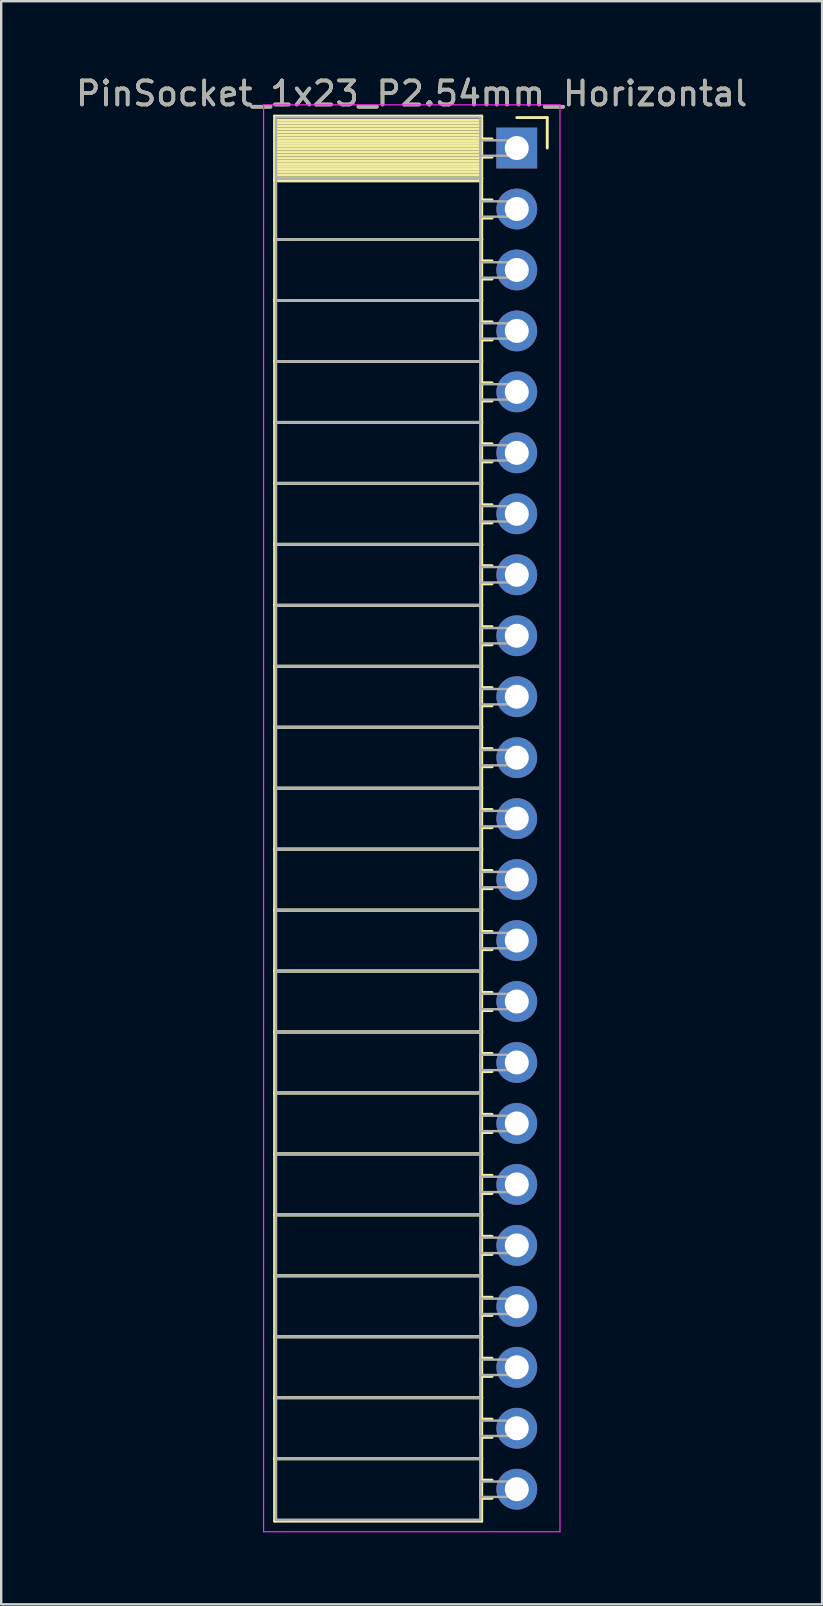
<source format=kicad_pcb>
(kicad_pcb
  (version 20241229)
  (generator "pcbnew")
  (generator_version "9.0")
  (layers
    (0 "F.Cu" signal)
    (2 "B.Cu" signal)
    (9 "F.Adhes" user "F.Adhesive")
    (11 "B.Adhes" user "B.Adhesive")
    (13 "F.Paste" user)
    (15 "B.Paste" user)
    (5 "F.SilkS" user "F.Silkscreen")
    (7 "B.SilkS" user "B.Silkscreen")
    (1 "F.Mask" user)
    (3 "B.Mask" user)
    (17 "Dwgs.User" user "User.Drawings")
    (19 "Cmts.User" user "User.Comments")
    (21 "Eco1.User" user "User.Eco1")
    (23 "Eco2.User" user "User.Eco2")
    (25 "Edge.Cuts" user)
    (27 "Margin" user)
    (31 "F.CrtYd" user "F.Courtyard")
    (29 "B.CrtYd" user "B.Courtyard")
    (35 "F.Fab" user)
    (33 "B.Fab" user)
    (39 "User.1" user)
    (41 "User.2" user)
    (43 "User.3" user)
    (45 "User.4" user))
  (footprint "PinSocket_1x23_P2.54mm_Horizontal"
    (layer "F.Cu")
    (at 18.481 3.118)
    (property "Reference" "PinSocket_1x23_P2.54mm_Horizontal" (at -4.38 -2.27 0) (layer "F.SilkS") (effects (font (size 1 1) (thickness 0.15))))
    (attr through_hole)
    (fp_line (start -10.09 -1.33) (end -1.46 -1.33) (stroke (width 0.12) (type solid)) (layer "F.SilkS"))
    (fp_line (start -10.09 1.27) (end -10.09 -1.33) (stroke (width 0.12) (type solid)) (layer "F.SilkS"))
    (fp_line (start -10.09 1.27) (end -1.46 1.27) (stroke (width 0.12) (type solid)) (layer "F.SilkS"))
    (fp_line (start -10.09 3.81) (end -10.09 1.27) (stroke (width 0.12) (type solid)) (layer "F.SilkS"))
    (fp_line (start -10.09 3.81) (end -1.46 3.81) (stroke (width 0.12) (type solid)) (layer "F.SilkS"))
    (fp_line (start -10.09 6.35) (end -10.09 3.81) (stroke (width 0.12) (type solid)) (layer "F.SilkS"))
    (fp_line (start -10.09 6.35) (end -1.46 6.35) (stroke (width 0.12) (type solid)) (layer "F.SilkS"))
    (fp_line (start -10.09 8.89) (end -10.09 6.35) (stroke (width 0.12) (type solid)) (layer "F.SilkS"))
    (fp_line (start -10.09 8.89) (end -1.46 8.89) (stroke (width 0.12) (type solid)) (layer "F.SilkS"))
    (fp_line (start -10.09 11.43) (end -10.09 8.89) (stroke (width 0.12) (type solid)) (layer "F.SilkS"))
    (fp_line (start -10.09 11.43) (end -1.46 11.43) (stroke (width 0.12) (type solid)) (layer "F.SilkS"))
    (fp_line (start -10.09 13.97) (end -10.09 11.43) (stroke (width 0.12) (type solid)) (layer "F.SilkS"))
    (fp_line (start -10.09 13.97) (end -1.46 13.97) (stroke (width 0.12) (type solid)) (layer "F.SilkS"))
    (fp_line (start -10.09 16.51) (end -10.09 13.97) (stroke (width 0.12) (type solid)) (layer "F.SilkS"))
    (fp_line (start -10.09 16.51) (end -1.46 16.51) (stroke (width 0.12) (type solid)) (layer "F.SilkS"))
    (fp_line (start -10.09 19.05) (end -10.09 16.51) (stroke (width 0.12) (type solid)) (layer "F.SilkS"))
    (fp_line (start -10.09 19.05) (end -1.46 19.05) (stroke (width 0.12) (type solid)) (layer "F.SilkS"))
    (fp_line (start -10.09 21.59) (end -10.09 19.05) (stroke (width 0.12) (type solid)) (layer "F.SilkS"))
    (fp_line (start -10.09 21.59) (end -1.46 21.59) (stroke (width 0.12) (type solid)) (layer "F.SilkS"))
    (fp_line (start -10.09 24.13) (end -10.09 21.59) (stroke (width 0.12) (type solid)) (layer "F.SilkS"))
    (fp_line (start -10.09 24.13) (end -1.46 24.13) (stroke (width 0.12) (type solid)) (layer "F.SilkS"))
    (fp_line (start -10.09 26.67) (end -10.09 24.13) (stroke (width 0.12) (type solid)) (layer "F.SilkS"))
    (fp_line (start -10.09 26.67) (end -1.46 26.67) (stroke (width 0.12) (type solid)) (layer "F.SilkS"))
    (fp_line (start -10.09 29.21) (end -10.09 26.67) (stroke (width 0.12) (type solid)) (layer "F.SilkS"))
    (fp_line (start -10.09 29.21) (end -1.46 29.21) (stroke (width 0.12) (type solid)) (layer "F.SilkS"))
    (fp_line (start -10.09 31.75) (end -10.09 29.21) (stroke (width 0.12) (type solid)) (layer "F.SilkS"))
    (fp_line (start -10.09 31.75) (end -1.46 31.75) (stroke (width 0.12) (type solid)) (layer "F.SilkS"))
    (fp_line (start -10.09 34.29) (end -10.09 31.75) (stroke (width 0.12) (type solid)) (layer "F.SilkS"))
    (fp_line (start -10.09 34.29) (end -1.46 34.29) (stroke (width 0.12) (type solid)) (layer "F.SilkS"))
    (fp_line (start -10.09 36.83) (end -10.09 34.29) (stroke (width 0.12) (type solid)) (layer "F.SilkS"))
    (fp_line (start -10.09 36.83) (end -1.46 36.83) (stroke (width 0.12) (type solid)) (layer "F.SilkS"))
    (fp_line (start -10.09 39.37) (end -10.09 36.83) (stroke (width 0.12) (type solid)) (layer "F.SilkS"))
    (fp_line (start -10.09 39.37) (end -1.46 39.37) (stroke (width 0.12) (type solid)) (layer "F.SilkS"))
    (fp_line (start -10.09 41.91) (end -10.09 39.37) (stroke (width 0.12) (type solid)) (layer "F.SilkS"))
    (fp_line (start -10.09 41.91) (end -1.46 41.91) (stroke (width 0.12) (type solid)) (layer "F.SilkS"))
    (fp_line (start -10.09 44.45) (end -10.09 41.91) (stroke (width 0.12) (type solid)) (layer "F.SilkS"))
    (fp_line (start -10.09 44.45) (end -1.46 44.45) (stroke (width 0.12) (type solid)) (layer "F.SilkS"))
    (fp_line (start -10.09 46.99) (end -10.09 44.45) (stroke (width 0.12) (type solid)) (layer "F.SilkS"))
    (fp_line (start -10.09 46.99) (end -1.46 46.99) (stroke (width 0.12) (type solid)) (layer "F.SilkS"))
    (fp_line (start -10.09 49.53) (end -10.09 46.99) (stroke (width 0.12) (type solid)) (layer "F.SilkS"))
    (fp_line (start -10.09 49.53) (end -1.46 49.53) (stroke (width 0.12) (type solid)) (layer "F.SilkS"))
    (fp_line (start -10.09 52.07) (end -10.09 49.53) (stroke (width 0.12) (type solid)) (layer "F.SilkS"))
    (fp_line (start -10.09 52.07) (end -1.46 52.07) (stroke (width 0.12) (type solid)) (layer "F.SilkS"))
    (fp_line (start -10.09 54.61) (end -10.09 52.07) (stroke (width 0.12) (type solid)) (layer "F.SilkS"))
    (fp_line (start -10.09 54.61) (end -1.46 54.61) (stroke (width 0.12) (type solid)) (layer "F.SilkS"))
    (fp_line (start -10.09 57.21) (end -10.09 54.61) (stroke (width 0.12) (type solid)) (layer "F.SilkS"))
    (fp_line (start -1.46 -1.33) (end -1.46 1.27) (stroke (width 0.12) (type solid)) (layer "F.SilkS"))
    (fp_line (start -1.46 -1.15) (end -10.09 -1.15) (stroke (width 0.12) (type solid)) (layer "F.SilkS"))
    (fp_line (start -1.46 -1.03) (end -10.09 -1.03) (stroke (width 0.12) (type solid)) (layer "F.SilkS"))
    (fp_line (start -1.46 -0.91) (end -10.09 -0.91) (stroke (width 0.12) (type solid)) (layer "F.SilkS"))
    (fp_line (start -1.46 -0.79) (end -10.09 -0.79) (stroke (width 0.12) (type solid)) (layer "F.SilkS"))
    (fp_line (start -1.46 -0.67) (end -10.09 -0.67) (stroke (width 0.12) (type solid)) (layer "F.SilkS"))
    (fp_line (start -1.46 -0.55) (end -10.09 -0.55) (stroke (width 0.12) (type solid)) (layer "F.SilkS"))
    (fp_line (start -1.46 -0.43) (end -10.09 -0.43) (stroke (width 0.12) (type solid)) (layer "F.SilkS"))
    (fp_line (start -1.46 -0.31) (end -10.09 -0.31) (stroke (width 0.12) (type solid)) (layer "F.SilkS"))
    (fp_line (start -1.46 -0.19) (end -10.09 -0.19) (stroke (width 0.12) (type solid)) (layer "F.SilkS"))
    (fp_line (start -1.46 -0.07) (end -10.09 -0.07) (stroke (width 0.12) (type solid)) (layer "F.SilkS"))
    (fp_line (start -1.46 0.05) (end -10.09 0.05) (stroke (width 0.12) (type solid)) (layer "F.SilkS"))
    (fp_line (start -1.46 0.17) (end -10.09 0.17) (stroke (width 0.12) (type solid)) (layer "F.SilkS"))
    (fp_line (start -1.46 0.29) (end -10.09 0.29) (stroke (width 0.12) (type solid)) (layer "F.SilkS"))
    (fp_line (start -1.46 0.41) (end -10.09 0.41) (stroke (width 0.12) (type solid)) (layer "F.SilkS"))
    (fp_line (start -1.46 0.53) (end -10.09 0.53) (stroke (width 0.12) (type solid)) (layer "F.SilkS"))
    (fp_line (start -1.46 0.65) (end -10.09 0.65) (stroke (width 0.12) (type solid)) (layer "F.SilkS"))
    (fp_line (start -1.46 0.77) (end -10.09 0.77) (stroke (width 0.12) (type solid)) (layer "F.SilkS"))
    (fp_line (start -1.46 0.89) (end -10.09 0.89) (stroke (width 0.12) (type solid)) (layer "F.SilkS"))
    (fp_line (start -1.46 1.01) (end -10.09 1.01) (stroke (width 0.12) (type solid)) (layer "F.SilkS"))
    (fp_line (start -1.46 1.13) (end -10.09 1.13) (stroke (width 0.12) (type solid)) (layer "F.SilkS"))
    (fp_line (start -1.46 1.25) (end -10.09 1.25) (stroke (width 0.12) (type solid)) (layer "F.SilkS"))
    (fp_line (start -1.46 1.27) (end -10.09 1.27) (stroke (width 0.12) (type solid)) (layer "F.SilkS"))
    (fp_line (start -1.46 1.27) (end -1.46 3.81) (stroke (width 0.12) (type solid)) (layer "F.SilkS"))
    (fp_line (start -1.46 1.37) (end -10.09 1.37) (stroke (width 0.12) (type solid)) (layer "F.SilkS"))
    (fp_line (start -1.46 3.81) (end -10.09 3.81) (stroke (width 0.12) (type solid)) (layer "F.SilkS"))
    (fp_line (start -1.46 3.81) (end -1.46 6.35) (stroke (width 0.12) (type solid)) (layer "F.SilkS"))
    (fp_line (start -1.46 6.35) (end -10.09 6.35) (stroke (width 0.12) (type solid)) (layer "F.SilkS"))
    (fp_line (start -1.46 6.35) (end -1.46 8.89) (stroke (width 0.12) (type solid)) (layer "F.SilkS"))
    (fp_line (start -1.46 8.89) (end -10.09 8.89) (stroke (width 0.12) (type solid)) (layer "F.SilkS"))
    (fp_line (start -1.46 8.89) (end -1.46 11.43) (stroke (width 0.12) (type solid)) (layer "F.SilkS"))
    (fp_line (start -1.46 11.43) (end -10.09 11.43) (stroke (width 0.12) (type solid)) (layer "F.SilkS"))
    (fp_line (start -1.46 11.43) (end -1.46 13.97) (stroke (width 0.12) (type solid)) (layer "F.SilkS"))
    (fp_line (start -1.46 13.97) (end -10.09 13.97) (stroke (width 0.12) (type solid)) (layer "F.SilkS"))
    (fp_line (start -1.46 13.97) (end -1.46 16.51) (stroke (width 0.12) (type solid)) (layer "F.SilkS"))
    (fp_line (start -1.46 16.51) (end -10.09 16.51) (stroke (width 0.12) (type solid)) (layer "F.SilkS"))
    (fp_line (start -1.46 16.51) (end -1.46 19.05) (stroke (width 0.12) (type solid)) (layer "F.SilkS"))
    (fp_line (start -1.46 19.05) (end -10.09 19.05) (stroke (width 0.12) (type solid)) (layer "F.SilkS"))
    (fp_line (start -1.46 19.05) (end -1.46 21.59) (stroke (width 0.12) (type solid)) (layer "F.SilkS"))
    (fp_line (start -1.46 21.59) (end -10.09 21.59) (stroke (width 0.12) (type solid)) (layer "F.SilkS"))
    (fp_line (start -1.46 21.59) (end -1.46 24.13) (stroke (width 0.12) (type solid)) (layer "F.SilkS"))
    (fp_line (start -1.46 24.13) (end -10.09 24.13) (stroke (width 0.12) (type solid)) (layer "F.SilkS"))
    (fp_line (start -1.46 24.13) (end -1.46 26.67) (stroke (width 0.12) (type solid)) (layer "F.SilkS"))
    (fp_line (start -1.46 26.67) (end -10.09 26.67) (stroke (width 0.12) (type solid)) (layer "F.SilkS"))
    (fp_line (start -1.46 26.67) (end -1.46 29.21) (stroke (width 0.12) (type solid)) (layer "F.SilkS"))
    (fp_line (start -1.46 29.21) (end -10.09 29.21) (stroke (width 0.12) (type solid)) (layer "F.SilkS"))
    (fp_line (start -1.46 29.21) (end -1.46 31.75) (stroke (width 0.12) (type solid)) (layer "F.SilkS"))
    (fp_line (start -1.46 31.75) (end -10.09 31.75) (stroke (width 0.12) (type solid)) (layer "F.SilkS"))
    (fp_line (start -1.46 31.75) (end -1.46 34.29) (stroke (width 0.12) (type solid)) (layer "F.SilkS"))
    (fp_line (start -1.46 34.29) (end -10.09 34.29) (stroke (width 0.12) (type solid)) (layer "F.SilkS"))
    (fp_line (start -1.46 34.29) (end -1.46 36.83) (stroke (width 0.12) (type solid)) (layer "F.SilkS"))
    (fp_line (start -1.46 36.83) (end -10.09 36.83) (stroke (width 0.12) (type solid)) (layer "F.SilkS"))
    (fp_line (start -1.46 36.83) (end -1.46 39.37) (stroke (width 0.12) (type solid)) (layer "F.SilkS"))
    (fp_line (start -1.46 39.37) (end -10.09 39.37) (stroke (width 0.12) (type solid)) (layer "F.SilkS"))
    (fp_line (start -1.46 39.37) (end -1.46 41.91) (stroke (width 0.12) (type solid)) (layer "F.SilkS"))
    (fp_line (start -1.46 41.91) (end -10.09 41.91) (stroke (width 0.12) (type solid)) (layer "F.SilkS"))
    (fp_line (start -1.46 41.91) (end -1.46 44.45) (stroke (width 0.12) (type solid)) (layer "F.SilkS"))
    (fp_line (start -1.46 44.45) (end -10.09 44.45) (stroke (width 0.12) (type solid)) (layer "F.SilkS"))
    (fp_line (start -1.46 44.45) (end -1.46 46.99) (stroke (width 0.12) (type solid)) (layer "F.SilkS"))
    (fp_line (start -1.46 46.99) (end -10.09 46.99) (stroke (width 0.12) (type solid)) (layer "F.SilkS"))
    (fp_line (start -1.46 46.99) (end -1.46 49.53) (stroke (width 0.12) (type solid)) (layer "F.SilkS"))
    (fp_line (start -1.46 49.53) (end -10.09 49.53) (stroke (width 0.12) (type solid)) (layer "F.SilkS"))
    (fp_line (start -1.46 49.53) (end -1.46 52.07) (stroke (width 0.12) (type solid)) (layer "F.SilkS"))
    (fp_line (start -1.46 52.07) (end -10.09 52.07) (stroke (width 0.12) (type solid)) (layer "F.SilkS"))
    (fp_line (start -1.46 52.07) (end -1.46 54.61) (stroke (width 0.12) (type solid)) (layer "F.SilkS"))
    (fp_line (start -1.46 54.61) (end -10.09 54.61) (stroke (width 0.12) (type solid)) (layer "F.SilkS"))
    (fp_line (start -1.46 54.61) (end -1.46 57.21) (stroke (width 0.12) (type solid)) (layer "F.SilkS"))
    (fp_line (start -1.46 57.21) (end -10.09 57.21) (stroke (width 0.12) (type solid)) (layer "F.SilkS"))
    (fp_line (start -1.03 -0.38) (end -1.46 -0.38) (stroke (width 0.12) (type solid)) (layer "F.SilkS"))
    (fp_line (start -1.03 0.38) (end -1.46 0.38) (stroke (width 0.12) (type solid)) (layer "F.SilkS"))
    (fp_line (start -1.03 2.16) (end -1.46 2.16) (stroke (width 0.12) (type solid)) (layer "F.SilkS"))
    (fp_line (start -1.03 2.92) (end -1.46 2.92) (stroke (width 0.12) (type solid)) (layer "F.SilkS"))
    (fp_line (start -1.03 4.7) (end -1.46 4.7) (stroke (width 0.12) (type solid)) (layer "F.SilkS"))
    (fp_line (start -1.03 5.46) (end -1.46 5.46) (stroke (width 0.12) (type solid)) (layer "F.SilkS"))
    (fp_line (start -1.03 7.24) (end -1.46 7.24) (stroke (width 0.12) (type solid)) (layer "F.SilkS"))
    (fp_line (start -1.03 8) (end -1.46 8) (stroke (width 0.12) (type solid)) (layer "F.SilkS"))
    (fp_line (start -1.03 9.78) (end -1.46 9.78) (stroke (width 0.12) (type solid)) (layer "F.SilkS"))
    (fp_line (start -1.03 10.54) (end -1.46 10.54) (stroke (width 0.12) (type solid)) (layer "F.SilkS"))
    (fp_line (start -1.03 12.32) (end -1.46 12.32) (stroke (width 0.12) (type solid)) (layer "F.SilkS"))
    (fp_line (start -1.03 13.08) (end -1.46 13.08) (stroke (width 0.12) (type solid)) (layer "F.SilkS"))
    (fp_line (start -1.03 14.86) (end -1.46 14.86) (stroke (width 0.12) (type solid)) (layer "F.SilkS"))
    (fp_line (start -1.03 15.62) (end -1.46 15.62) (stroke (width 0.12) (type solid)) (layer "F.SilkS"))
    (fp_line (start -1.03 17.4) (end -1.46 17.4) (stroke (width 0.12) (type solid)) (layer "F.SilkS"))
    (fp_line (start -1.03 18.16) (end -1.46 18.16) (stroke (width 0.12) (type solid)) (layer "F.SilkS"))
    (fp_line (start -1.03 19.94) (end -1.46 19.94) (stroke (width 0.12) (type solid)) (layer "F.SilkS"))
    (fp_line (start -1.03 20.7) (end -1.46 20.7) (stroke (width 0.12) (type solid)) (layer "F.SilkS"))
    (fp_line (start -1.03 22.48) (end -1.46 22.48) (stroke (width 0.12) (type solid)) (layer "F.SilkS"))
    (fp_line (start -1.03 23.24) (end -1.46 23.24) (stroke (width 0.12) (type solid)) (layer "F.SilkS"))
    (fp_line (start -1.03 25.02) (end -1.46 25.02) (stroke (width 0.12) (type solid)) (layer "F.SilkS"))
    (fp_line (start -1.03 25.78) (end -1.46 25.78) (stroke (width 0.12) (type solid)) (layer "F.SilkS"))
    (fp_line (start -1.03 27.56) (end -1.46 27.56) (stroke (width 0.12) (type solid)) (layer "F.SilkS"))
    (fp_line (start -1.03 28.32) (end -1.46 28.32) (stroke (width 0.12) (type solid)) (layer "F.SilkS"))
    (fp_line (start -1.03 30.1) (end -1.46 30.1) (stroke (width 0.12) (type solid)) (layer "F.SilkS"))
    (fp_line (start -1.03 30.86) (end -1.46 30.86) (stroke (width 0.12) (type solid)) (layer "F.SilkS"))
    (fp_line (start -1.03 32.64) (end -1.46 32.64) (stroke (width 0.12) (type solid)) (layer "F.SilkS"))
    (fp_line (start -1.03 33.4) (end -1.46 33.4) (stroke (width 0.12) (type solid)) (layer "F.SilkS"))
    (fp_line (start -1.03 35.18) (end -1.46 35.18) (stroke (width 0.12) (type solid)) (layer "F.SilkS"))
    (fp_line (start -1.03 35.94) (end -1.46 35.94) (stroke (width 0.12) (type solid)) (layer "F.SilkS"))
    (fp_line (start -1.03 37.72) (end -1.46 37.72) (stroke (width 0.12) (type solid)) (layer "F.SilkS"))
    (fp_line (start -1.03 38.48) (end -1.46 38.48) (stroke (width 0.12) (type solid)) (layer "F.SilkS"))
    (fp_line (start -1.03 40.26) (end -1.46 40.26) (stroke (width 0.12) (type solid)) (layer "F.SilkS"))
    (fp_line (start -1.03 41.02) (end -1.46 41.02) (stroke (width 0.12) (type solid)) (layer "F.SilkS"))
    (fp_line (start -1.03 42.8) (end -1.46 42.8) (stroke (width 0.12) (type solid)) (layer "F.SilkS"))
    (fp_line (start -1.03 43.56) (end -1.46 43.56) (stroke (width 0.12) (type solid)) (layer "F.SilkS"))
    (fp_line (start -1.03 45.34) (end -1.46 45.34) (stroke (width 0.12) (type solid)) (layer "F.SilkS"))
    (fp_line (start -1.03 46.1) (end -1.46 46.1) (stroke (width 0.12) (type solid)) (layer "F.SilkS"))
    (fp_line (start -1.03 47.88) (end -1.46 47.88) (stroke (width 0.12) (type solid)) (layer "F.SilkS"))
    (fp_line (start -1.03 48.64) (end -1.46 48.64) (stroke (width 0.12) (type solid)) (layer "F.SilkS"))
    (fp_line (start -1.03 50.42) (end -1.46 50.42) (stroke (width 0.12) (type solid)) (layer "F.SilkS"))
    (fp_line (start -1.03 51.18) (end -1.46 51.18) (stroke (width 0.12) (type solid)) (layer "F.SilkS"))
    (fp_line (start -1.03 52.96) (end -1.46 52.96) (stroke (width 0.12) (type solid)) (layer "F.SilkS"))
    (fp_line (start -1.03 53.72) (end -1.46 53.72) (stroke (width 0.12) (type solid)) (layer "F.SilkS"))
    (fp_line (start -1.03 55.5) (end -1.46 55.5) (stroke (width 0.12) (type solid)) (layer "F.SilkS"))
    (fp_line (start -1.03 56.26) (end -1.46 56.26) (stroke (width 0.12) (type solid)) (layer "F.SilkS"))
    (fp_line (start 0 -1.27) (end 1.27 -1.27) (stroke (width 0.12) (type solid)) (layer "F.SilkS"))
    (fp_line (start 1.27 -1.27) (end 1.27 0) (stroke (width 0.12) (type solid)) (layer "F.SilkS"))
    (fp_line (start -10.55 -1.8) (end 1.8 -1.8) (stroke (width 0.05) (type solid)) (layer "F.CrtYd"))
    (fp_line (start -10.55 57.65) (end -10.55 -1.8) (stroke (width 0.05) (type solid)) (layer "F.CrtYd"))
    (fp_line (start 1.8 -1.8) (end 1.8 57.65) (stroke (width 0.05) (type solid)) (layer "F.CrtYd"))
    (fp_line (start 1.8 57.65) (end -10.55 57.65) (stroke (width 0.05) (type solid)) (layer "F.CrtYd"))
    (fp_line (start -10.03 -1.27) (end -1.52 -1.27) (stroke (width 0.1) (type solid)) (layer "F.Fab"))
    (fp_line (start -10.03 1.27) (end -10.03 -1.27) (stroke (width 0.1) (type solid)) (layer "F.Fab"))
    (fp_line (start -10.03 1.27) (end -1.52 1.27) (stroke (width 0.1) (type solid)) (layer "F.Fab"))
    (fp_line (start -10.03 3.81) (end -10.03 1.27) (stroke (width 0.1) (type solid)) (layer "F.Fab"))
    (fp_line (start -10.03 3.81) (end -1.52 3.81) (stroke (width 0.1) (type solid)) (layer "F.Fab"))
    (fp_line (start -10.03 6.35) (end -10.03 3.81) (stroke (width 0.1) (type solid)) (layer "F.Fab"))
    (fp_line (start -10.03 6.35) (end -1.52 6.35) (stroke (width 0.1) (type solid)) (layer "F.Fab"))
    (fp_line (start -10.03 8.89) (end -10.03 6.35) (stroke (width 0.1) (type solid)) (layer "F.Fab"))
    (fp_line (start -10.03 8.89) (end -1.52 8.89) (stroke (width 0.1) (type solid)) (layer "F.Fab"))
    (fp_line (start -10.03 11.43) (end -10.03 8.89) (stroke (width 0.1) (type solid)) (layer "F.Fab"))
    (fp_line (start -10.03 11.43) (end -1.52 11.43) (stroke (width 0.1) (type solid)) (layer "F.Fab"))
    (fp_line (start -10.03 13.97) (end -10.03 11.43) (stroke (width 0.1) (type solid)) (layer "F.Fab"))
    (fp_line (start -10.03 13.97) (end -1.52 13.97) (stroke (width 0.1) (type solid)) (layer "F.Fab"))
    (fp_line (start -10.03 16.51) (end -10.03 13.97) (stroke (width 0.1) (type solid)) (layer "F.Fab"))
    (fp_line (start -10.03 16.51) (end -1.52 16.51) (stroke (width 0.1) (type solid)) (layer "F.Fab"))
    (fp_line (start -10.03 19.05) (end -10.03 16.51) (stroke (width 0.1) (type solid)) (layer "F.Fab"))
    (fp_line (start -10.03 19.05) (end -1.52 19.05) (stroke (width 0.1) (type solid)) (layer "F.Fab"))
    (fp_line (start -10.03 21.59) (end -10.03 19.05) (stroke (width 0.1) (type solid)) (layer "F.Fab"))
    (fp_line (start -10.03 21.59) (end -1.52 21.59) (stroke (width 0.1) (type solid)) (layer "F.Fab"))
    (fp_line (start -10.03 24.13) (end -10.03 21.59) (stroke (width 0.1) (type solid)) (layer "F.Fab"))
    (fp_line (start -10.03 24.13) (end -1.52 24.13) (stroke (width 0.1) (type solid)) (layer "F.Fab"))
    (fp_line (start -10.03 26.67) (end -10.03 24.13) (stroke (width 0.1) (type solid)) (layer "F.Fab"))
    (fp_line (start -10.03 26.67) (end -1.52 26.67) (stroke (width 0.1) (type solid)) (layer "F.Fab"))
    (fp_line (start -10.03 29.21) (end -10.03 26.67) (stroke (width 0.1) (type solid)) (layer "F.Fab"))
    (fp_line (start -10.03 29.21) (end -1.52 29.21) (stroke (width 0.1) (type solid)) (layer "F.Fab"))
    (fp_line (start -10.03 31.75) (end -10.03 29.21) (stroke (width 0.1) (type solid)) (layer "F.Fab"))
    (fp_line (start -10.03 31.75) (end -1.52 31.75) (stroke (width 0.1) (type solid)) (layer "F.Fab"))
    (fp_line (start -10.03 34.29) (end -10.03 31.75) (stroke (width 0.1) (type solid)) (layer "F.Fab"))
    (fp_line (start -10.03 34.29) (end -1.52 34.29) (stroke (width 0.1) (type solid)) (layer "F.Fab"))
    (fp_line (start -10.03 36.83) (end -10.03 34.29) (stroke (width 0.1) (type solid)) (layer "F.Fab"))
    (fp_line (start -10.03 36.83) (end -1.52 36.83) (stroke (width 0.1) (type solid)) (layer "F.Fab"))
    (fp_line (start -10.03 39.37) (end -10.03 36.83) (stroke (width 0.1) (type solid)) (layer "F.Fab"))
    (fp_line (start -10.03 39.37) (end -1.52 39.37) (stroke (width 0.1) (type solid)) (layer "F.Fab"))
    (fp_line (start -10.03 41.91) (end -10.03 39.37) (stroke (width 0.1) (type solid)) (layer "F.Fab"))
    (fp_line (start -10.03 41.91) (end -1.52 41.91) (stroke (width 0.1) (type solid)) (layer "F.Fab"))
    (fp_line (start -10.03 44.45) (end -10.03 41.91) (stroke (width 0.1) (type solid)) (layer "F.Fab"))
    (fp_line (start -10.03 44.45) (end -1.52 44.45) (stroke (width 0.1) (type solid)) (layer "F.Fab"))
    (fp_line (start -10.03 46.99) (end -10.03 44.45) (stroke (width 0.1) (type solid)) (layer "F.Fab"))
    (fp_line (start -10.03 46.99) (end -1.52 46.99) (stroke (width 0.1) (type solid)) (layer "F.Fab"))
    (fp_line (start -10.03 49.53) (end -10.03 46.99) (stroke (width 0.1) (type solid)) (layer "F.Fab"))
    (fp_line (start -10.03 49.53) (end -1.52 49.53) (stroke (width 0.1) (type solid)) (layer "F.Fab"))
    (fp_line (start -10.03 52.07) (end -10.03 49.53) (stroke (width 0.1) (type solid)) (layer "F.Fab"))
    (fp_line (start -10.03 52.07) (end -1.52 52.07) (stroke (width 0.1) (type solid)) (layer "F.Fab"))
    (fp_line (start -10.03 54.61) (end -10.03 52.07) (stroke (width 0.1) (type solid)) (layer "F.Fab"))
    (fp_line (start -10.03 54.61) (end -1.52 54.61) (stroke (width 0.1) (type solid)) (layer "F.Fab"))
    (fp_line (start -10.03 57.15) (end -10.03 54.61) (stroke (width 0.1) (type solid)) (layer "F.Fab"))
    (fp_line (start -1.52 -1.27) (end -1.52 1.27) (stroke (width 0.1) (type solid)) (layer "F.Fab"))
    (fp_line (start -1.52 -0.32) (end 0 -0.32) (stroke (width 0.1) (type solid)) (layer "F.Fab"))
    (fp_line (start -1.52 0.32) (end -1.52 -0.32) (stroke (width 0.1) (type solid)) (layer "F.Fab"))
    (fp_line (start -1.52 1.27) (end -10.03 1.27) (stroke (width 0.1) (type solid)) (layer "F.Fab"))
    (fp_line (start -1.52 1.27) (end -1.52 3.81) (stroke (width 0.1) (type solid)) (layer "F.Fab"))
    (fp_line (start -1.52 2.22) (end 0 2.22) (stroke (width 0.1) (type solid)) (layer "F.Fab"))
    (fp_line (start -1.52 2.86) (end -1.52 2.22) (stroke (width 0.1) (type solid)) (layer "F.Fab"))
    (fp_line (start -1.52 3.81) (end -10.03 3.81) (stroke (width 0.1) (type solid)) (layer "F.Fab"))
    (fp_line (start -1.52 3.81) (end -1.52 6.35) (stroke (width 0.1) (type solid)) (layer "F.Fab"))
    (fp_line (start -1.52 4.76) (end 0 4.76) (stroke (width 0.1) (type solid)) (layer "F.Fab"))
    (fp_line (start -1.52 5.4) (end -1.52 4.76) (stroke (width 0.1) (type solid)) (layer "F.Fab"))
    (fp_line (start -1.52 6.35) (end -10.03 6.35) (stroke (width 0.1) (type solid)) (layer "F.Fab"))
    (fp_line (start -1.52 6.35) (end -1.52 8.89) (stroke (width 0.1) (type solid)) (layer "F.Fab"))
    (fp_line (start -1.52 7.3) (end 0 7.3) (stroke (width 0.1) (type solid)) (layer "F.Fab"))
    (fp_line (start -1.52 7.94) (end -1.52 7.3) (stroke (width 0.1) (type solid)) (layer "F.Fab"))
    (fp_line (start -1.52 8.89) (end -10.03 8.89) (stroke (width 0.1) (type solid)) (layer "F.Fab"))
    (fp_line (start -1.52 8.89) (end -1.52 11.43) (stroke (width 0.1) (type solid)) (layer "F.Fab"))
    (fp_line (start -1.52 9.84) (end 0 9.84) (stroke (width 0.1) (type solid)) (layer "F.Fab"))
    (fp_line (start -1.52 10.48) (end -1.52 9.84) (stroke (width 0.1) (type solid)) (layer "F.Fab"))
    (fp_line (start -1.52 11.43) (end -10.03 11.43) (stroke (width 0.1) (type solid)) (layer "F.Fab"))
    (fp_line (start -1.52 11.43) (end -1.52 13.97) (stroke (width 0.1) (type solid)) (layer "F.Fab"))
    (fp_line (start -1.52 12.38) (end 0 12.38) (stroke (width 0.1) (type solid)) (layer "F.Fab"))
    (fp_line (start -1.52 13.02) (end -1.52 12.38) (stroke (width 0.1) (type solid)) (layer "F.Fab"))
    (fp_line (start -1.52 13.97) (end -10.03 13.97) (stroke (width 0.1) (type solid)) (layer "F.Fab"))
    (fp_line (start -1.52 13.97) (end -1.52 16.51) (stroke (width 0.1) (type solid)) (layer "F.Fab"))
    (fp_line (start -1.52 14.92) (end 0 14.92) (stroke (width 0.1) (type solid)) (layer "F.Fab"))
    (fp_line (start -1.52 15.56) (end -1.52 14.92) (stroke (width 0.1) (type solid)) (layer "F.Fab"))
    (fp_line (start -1.52 16.51) (end -10.03 16.51) (stroke (width 0.1) (type solid)) (layer "F.Fab"))
    (fp_line (start -1.52 16.51) (end -1.52 19.05) (stroke (width 0.1) (type solid)) (layer "F.Fab"))
    (fp_line (start -1.52 17.46) (end 0 17.46) (stroke (width 0.1) (type solid)) (layer "F.Fab"))
    (fp_line (start -1.52 18.1) (end -1.52 17.46) (stroke (width 0.1) (type solid)) (layer "F.Fab"))
    (fp_line (start -1.52 19.05) (end -10.03 19.05) (stroke (width 0.1) (type solid)) (layer "F.Fab"))
    (fp_line (start -1.52 19.05) (end -1.52 21.59) (stroke (width 0.1) (type solid)) (layer "F.Fab"))
    (fp_line (start -1.52 20) (end 0 20) (stroke (width 0.1) (type solid)) (layer "F.Fab"))
    (fp_line (start -1.52 20.64) (end -1.52 20) (stroke (width 0.1) (type solid)) (layer "F.Fab"))
    (fp_line (start -1.52 21.59) (end -10.03 21.59) (stroke (width 0.1) (type solid)) (layer "F.Fab"))
    (fp_line (start -1.52 21.59) (end -1.52 24.13) (stroke (width 0.1) (type solid)) (layer "F.Fab"))
    (fp_line (start -1.52 22.54) (end 0 22.54) (stroke (width 0.1) (type solid)) (layer "F.Fab"))
    (fp_line (start -1.52 23.18) (end -1.52 22.54) (stroke (width 0.1) (type solid)) (layer "F.Fab"))
    (fp_line (start -1.52 24.13) (end -10.03 24.13) (stroke (width 0.1) (type solid)) (layer "F.Fab"))
    (fp_line (start -1.52 24.13) (end -1.52 26.67) (stroke (width 0.1) (type solid)) (layer "F.Fab"))
    (fp_line (start -1.52 25.08) (end 0 25.08) (stroke (width 0.1) (type solid)) (layer "F.Fab"))
    (fp_line (start -1.52 25.72) (end -1.52 25.08) (stroke (width 0.1) (type solid)) (layer "F.Fab"))
    (fp_line (start -1.52 26.67) (end -10.03 26.67) (stroke (width 0.1) (type solid)) (layer "F.Fab"))
    (fp_line (start -1.52 26.67) (end -1.52 29.21) (stroke (width 0.1) (type solid)) (layer "F.Fab"))
    (fp_line (start -1.52 27.62) (end 0 27.62) (stroke (width 0.1) (type solid)) (layer "F.Fab"))
    (fp_line (start -1.52 28.26) (end -1.52 27.62) (stroke (width 0.1) (type solid)) (layer "F.Fab"))
    (fp_line (start -1.52 29.21) (end -10.03 29.21) (stroke (width 0.1) (type solid)) (layer "F.Fab"))
    (fp_line (start -1.52 29.21) (end -1.52 31.75) (stroke (width 0.1) (type solid)) (layer "F.Fab"))
    (fp_line (start -1.52 30.16) (end 0 30.16) (stroke (width 0.1) (type solid)) (layer "F.Fab"))
    (fp_line (start -1.52 30.8) (end -1.52 30.16) (stroke (width 0.1) (type solid)) (layer "F.Fab"))
    (fp_line (start -1.52 31.75) (end -10.03 31.75) (stroke (width 0.1) (type solid)) (layer "F.Fab"))
    (fp_line (start -1.52 31.75) (end -1.52 34.29) (stroke (width 0.1) (type solid)) (layer "F.Fab"))
    (fp_line (start -1.52 32.7) (end 0 32.7) (stroke (width 0.1) (type solid)) (layer "F.Fab"))
    (fp_line (start -1.52 33.34) (end -1.52 32.7) (stroke (width 0.1) (type solid)) (layer "F.Fab"))
    (fp_line (start -1.52 34.29) (end -10.03 34.29) (stroke (width 0.1) (type solid)) (layer "F.Fab"))
    (fp_line (start -1.52 34.29) (end -1.52 36.83) (stroke (width 0.1) (type solid)) (layer "F.Fab"))
    (fp_line (start -1.52 35.24) (end 0 35.24) (stroke (width 0.1) (type solid)) (layer "F.Fab"))
    (fp_line (start -1.52 35.88) (end -1.52 35.24) (stroke (width 0.1) (type solid)) (layer "F.Fab"))
    (fp_line (start -1.52 36.83) (end -10.03 36.83) (stroke (width 0.1) (type solid)) (layer "F.Fab"))
    (fp_line (start -1.52 36.83) (end -1.52 39.37) (stroke (width 0.1) (type solid)) (layer "F.Fab"))
    (fp_line (start -1.52 37.78) (end 0 37.78) (stroke (width 0.1) (type solid)) (layer "F.Fab"))
    (fp_line (start -1.52 38.42) (end -1.52 37.78) (stroke (width 0.1) (type solid)) (layer "F.Fab"))
    (fp_line (start -1.52 39.37) (end -10.03 39.37) (stroke (width 0.1) (type solid)) (layer "F.Fab"))
    (fp_line (start -1.52 39.37) (end -1.52 41.91) (stroke (width 0.1) (type solid)) (layer "F.Fab"))
    (fp_line (start -1.52 40.32) (end 0 40.32) (stroke (width 0.1) (type solid)) (layer "F.Fab"))
    (fp_line (start -1.52 40.96) (end -1.52 40.32) (stroke (width 0.1) (type solid)) (layer "F.Fab"))
    (fp_line (start -1.52 41.91) (end -10.03 41.91) (stroke (width 0.1) (type solid)) (layer "F.Fab"))
    (fp_line (start -1.52 41.91) (end -1.52 44.45) (stroke (width 0.1) (type solid)) (layer "F.Fab"))
    (fp_line (start -1.52 42.86) (end 0 42.86) (stroke (width 0.1) (type solid)) (layer "F.Fab"))
    (fp_line (start -1.52 43.5) (end -1.52 42.86) (stroke (width 0.1) (type solid)) (layer "F.Fab"))
    (fp_line (start -1.52 44.45) (end -10.03 44.45) (stroke (width 0.1) (type solid)) (layer "F.Fab"))
    (fp_line (start -1.52 44.45) (end -1.52 46.99) (stroke (width 0.1) (type solid)) (layer "F.Fab"))
    (fp_line (start -1.52 45.4) (end 0 45.4) (stroke (width 0.1) (type solid)) (layer "F.Fab"))
    (fp_line (start -1.52 46.04) (end -1.52 45.4) (stroke (width 0.1) (type solid)) (layer "F.Fab"))
    (fp_line (start -1.52 46.99) (end -10.03 46.99) (stroke (width 0.1) (type solid)) (layer "F.Fab"))
    (fp_line (start -1.52 46.99) (end -1.52 49.53) (stroke (width 0.1) (type solid)) (layer "F.Fab"))
    (fp_line (start -1.52 47.94) (end 0 47.94) (stroke (width 0.1) (type solid)) (layer "F.Fab"))
    (fp_line (start -1.52 48.58) (end -1.52 47.94) (stroke (width 0.1) (type solid)) (layer "F.Fab"))
    (fp_line (start -1.52 49.53) (end -10.03 49.53) (stroke (width 0.1) (type solid)) (layer "F.Fab"))
    (fp_line (start -1.52 49.53) (end -1.52 52.07) (stroke (width 0.1) (type solid)) (layer "F.Fab"))
    (fp_line (start -1.52 50.48) (end 0 50.48) (stroke (width 0.1) (type solid)) (layer "F.Fab"))
    (fp_line (start -1.52 51.12) (end -1.52 50.48) (stroke (width 0.1) (type solid)) (layer "F.Fab"))
    (fp_line (start -1.52 52.07) (end -10.03 52.07) (stroke (width 0.1) (type solid)) (layer "F.Fab"))
    (fp_line (start -1.52 52.07) (end -1.52 54.61) (stroke (width 0.1) (type solid)) (layer "F.Fab"))
    (fp_line (start -1.52 53.02) (end 0 53.02) (stroke (width 0.1) (type solid)) (layer "F.Fab"))
    (fp_line (start -1.52 53.66) (end -1.52 53.02) (stroke (width 0.1) (type solid)) (layer "F.Fab"))
    (fp_line (start -1.52 54.61) (end -10.03 54.61) (stroke (width 0.1) (type solid)) (layer "F.Fab"))
    (fp_line (start -1.52 54.61) (end -1.52 57.15) (stroke (width 0.1) (type solid)) (layer "F.Fab"))
    (fp_line (start -1.52 55.56) (end 0 55.56) (stroke (width 0.1) (type solid)) (layer "F.Fab"))
    (fp_line (start -1.52 56.2) (end -1.52 55.56) (stroke (width 0.1) (type solid)) (layer "F.Fab"))
    (fp_line (start -1.52 57.15) (end -10.03 57.15) (stroke (width 0.1) (type solid)) (layer "F.Fab"))
    (fp_line (start 0 -0.32) (end 0 0.32) (stroke (width 0.1) (type solid)) (layer "F.Fab"))
    (fp_line (start 0 0.32) (end -1.52 0.32) (stroke (width 0.1) (type solid)) (layer "F.Fab"))
    (fp_line (start 0 2.22) (end 0 2.86) (stroke (width 0.1) (type solid)) (layer "F.Fab"))
    (fp_line (start 0 2.86) (end -1.52 2.86) (stroke (width 0.1) (type solid)) (layer "F.Fab"))
    (fp_line (start 0 4.76) (end 0 5.4) (stroke (width 0.1) (type solid)) (layer "F.Fab"))
    (fp_line (start 0 5.4) (end -1.52 5.4) (stroke (width 0.1) (type solid)) (layer "F.Fab"))
    (fp_line (start 0 7.3) (end 0 7.94) (stroke (width 0.1) (type solid)) (layer "F.Fab"))
    (fp_line (start 0 7.94) (end -1.52 7.94) (stroke (width 0.1) (type solid)) (layer "F.Fab"))
    (fp_line (start 0 9.84) (end 0 10.48) (stroke (width 0.1) (type solid)) (layer "F.Fab"))
    (fp_line (start 0 10.48) (end -1.52 10.48) (stroke (width 0.1) (type solid)) (layer "F.Fab"))
    (fp_line (start 0 12.38) (end 0 13.02) (stroke (width 0.1) (type solid)) (layer "F.Fab"))
    (fp_line (start 0 13.02) (end -1.52 13.02) (stroke (width 0.1) (type solid)) (layer "F.Fab"))
    (fp_line (start 0 14.92) (end 0 15.56) (stroke (width 0.1) (type solid)) (layer "F.Fab"))
    (fp_line (start 0 15.56) (end -1.52 15.56) (stroke (width 0.1) (type solid)) (layer "F.Fab"))
    (fp_line (start 0 17.46) (end 0 18.1) (stroke (width 0.1) (type solid)) (layer "F.Fab"))
    (fp_line (start 0 18.1) (end -1.52 18.1) (stroke (width 0.1) (type solid)) (layer "F.Fab"))
    (fp_line (start 0 20) (end 0 20.64) (stroke (width 0.1) (type solid)) (layer "F.Fab"))
    (fp_line (start 0 20.64) (end -1.52 20.64) (stroke (width 0.1) (type solid)) (layer "F.Fab"))
    (fp_line (start 0 22.54) (end 0 23.18) (stroke (width 0.1) (type solid)) (layer "F.Fab"))
    (fp_line (start 0 23.18) (end -1.52 23.18) (stroke (width 0.1) (type solid)) (layer "F.Fab"))
    (fp_line (start 0 25.08) (end 0 25.72) (stroke (width 0.1) (type solid)) (layer "F.Fab"))
    (fp_line (start 0 25.72) (end -1.52 25.72) (stroke (width 0.1) (type solid)) (layer "F.Fab"))
    (fp_line (start 0 27.62) (end 0 28.26) (stroke (width 0.1) (type solid)) (layer "F.Fab"))
    (fp_line (start 0 28.26) (end -1.52 28.26) (stroke (width 0.1) (type solid)) (layer "F.Fab"))
    (fp_line (start 0 30.16) (end 0 30.8) (stroke (width 0.1) (type solid)) (layer "F.Fab"))
    (fp_line (start 0 30.8) (end -1.52 30.8) (stroke (width 0.1) (type solid)) (layer "F.Fab"))
    (fp_line (start 0 32.7) (end 0 33.34) (stroke (width 0.1) (type solid)) (layer "F.Fab"))
    (fp_line (start 0 33.34) (end -1.52 33.34) (stroke (width 0.1) (type solid)) (layer "F.Fab"))
    (fp_line (start 0 35.24) (end 0 35.88) (stroke (width 0.1) (type solid)) (layer "F.Fab"))
    (fp_line (start 0 35.88) (end -1.52 35.88) (stroke (width 0.1) (type solid)) (layer "F.Fab"))
    (fp_line (start 0 37.78) (end 0 38.42) (stroke (width 0.1) (type solid)) (layer "F.Fab"))
    (fp_line (start 0 38.42) (end -1.52 38.42) (stroke (width 0.1) (type solid)) (layer "F.Fab"))
    (fp_line (start 0 40.32) (end 0 40.96) (stroke (width 0.1) (type solid)) (layer "F.Fab"))
    (fp_line (start 0 40.96) (end -1.52 40.96) (stroke (width 0.1) (type solid)) (layer "F.Fab"))
    (fp_line (start 0 42.86) (end 0 43.5) (stroke (width 0.1) (type solid)) (layer "F.Fab"))
    (fp_line (start 0 43.5) (end -1.52 43.5) (stroke (width 0.1) (type solid)) (layer "F.Fab"))
    (fp_line (start 0 45.4) (end 0 46.04) (stroke (width 0.1) (type solid)) (layer "F.Fab"))
    (fp_line (start 0 46.04) (end -1.52 46.04) (stroke (width 0.1) (type solid)) (layer "F.Fab"))
    (fp_line (start 0 47.94) (end 0 48.58) (stroke (width 0.1) (type solid)) (layer "F.Fab"))
    (fp_line (start 0 48.58) (end -1.52 48.58) (stroke (width 0.1) (type solid)) (layer "F.Fab"))
    (fp_line (start 0 50.48) (end 0 51.12) (stroke (width 0.1) (type solid)) (layer "F.Fab"))
    (fp_line (start 0 51.12) (end -1.52 51.12) (stroke (width 0.1) (type solid)) (layer "F.Fab"))
    (fp_line (start 0 53.02) (end 0 53.66) (stroke (width 0.1) (type solid)) (layer "F.Fab"))
    (fp_line (start 0 53.66) (end -1.52 53.66) (stroke (width 0.1) (type solid)) (layer "F.Fab"))
    (fp_line (start 0 55.56) (end 0 56.2) (stroke (width 0.1) (type solid)) (layer "F.Fab"))
    (fp_line (start 0 56.2) (end -1.52 56.2) (stroke (width 0.1) (type solid)) (layer "F.Fab"))
    (fp_text user "${REFERENCE}" (at -4.38 -2.27 0) (layer "F.Fab") (effects (font (size 1 1) (thickness 0.15))))
    (pad "1" thru_hole rect (at 0 0) (size 1.7 1.7) (drill 1) (layers "*.Cu" "*.Mask"))
    (pad "2" thru_hole oval (at 0 2.54) (size 1.7 1.7) (drill 1) (layers "*.Cu" "*.Mask"))
    (pad "3" thru_hole oval (at 0 5.08) (size 1.7 1.7) (drill 1) (layers "*.Cu" "*.Mask"))
    (pad "4" thru_hole oval (at 0 7.62) (size 1.7 1.7) (drill 1) (layers "*.Cu" "*.Mask"))
    (pad "5" thru_hole oval (at 0 10.16) (size 1.7 1.7) (drill 1) (layers "*.Cu" "*.Mask"))
    (pad "6" thru_hole oval (at 0 12.7) (size 1.7 1.7) (drill 1) (layers "*.Cu" "*.Mask"))
    (pad "7" thru_hole oval (at 0 15.24) (size 1.7 1.7) (drill 1) (layers "*.Cu" "*.Mask"))
    (pad "8" thru_hole oval (at 0 17.78) (size 1.7 1.7) (drill 1) (layers "*.Cu" "*.Mask"))
    (pad "9" thru_hole oval (at 0 20.32) (size 1.7 1.7) (drill 1) (layers "*.Cu" "*.Mask"))
    (pad "10" thru_hole oval (at 0 22.86) (size 1.7 1.7) (drill 1) (layers "*.Cu" "*.Mask"))
    (pad "11" thru_hole oval (at 0 25.4) (size 1.7 1.7) (drill 1) (layers "*.Cu" "*.Mask"))
    (pad "12" thru_hole oval (at 0 27.94) (size 1.7 1.7) (drill 1) (layers "*.Cu" "*.Mask"))
    (pad "13" thru_hole oval (at 0 30.48) (size 1.7 1.7) (drill 1) (layers "*.Cu" "*.Mask"))
    (pad "14" thru_hole oval (at 0 33.02) (size 1.7 1.7) (drill 1) (layers "*.Cu" "*.Mask"))
    (pad "15" thru_hole oval (at 0 35.56) (size 1.7 1.7) (drill 1) (layers "*.Cu" "*.Mask"))
    (pad "16" thru_hole oval (at 0 38.1) (size 1.7 1.7) (drill 1) (layers "*.Cu" "*.Mask"))
    (pad "17" thru_hole oval (at 0 40.64) (size 1.7 1.7) (drill 1) (layers "*.Cu" "*.Mask"))
    (pad "18" thru_hole oval (at 0 43.18) (size 1.7 1.7) (drill 1) (layers "*.Cu" "*.Mask"))
    (pad "19" thru_hole oval (at 0 45.72) (size 1.7 1.7) (drill 1) (layers "*.Cu" "*.Mask"))
    (pad "20" thru_hole oval (at 0 48.26) (size 1.7 1.7) (drill 1) (layers "*.Cu" "*.Mask"))
    (pad "21" thru_hole oval (at 0 50.8) (size 1.7 1.7) (drill 1) (layers "*.Cu" "*.Mask"))
    (pad "22" thru_hole oval (at 0 53.34) (size 1.7 1.7) (drill 1) (layers "*.Cu" "*.Mask"))
    (pad "23" thru_hole oval (at 0 55.88) (size 1.7 1.7) (drill 1) (layers "*.Cu" "*.Mask")))
  (gr_rect
    (start -3 -3)
    (end 31.202 63.793)
    (stroke (width 0.1) (type default))
    (fill no)
    (layer "Edge.Cuts")))
</source>
